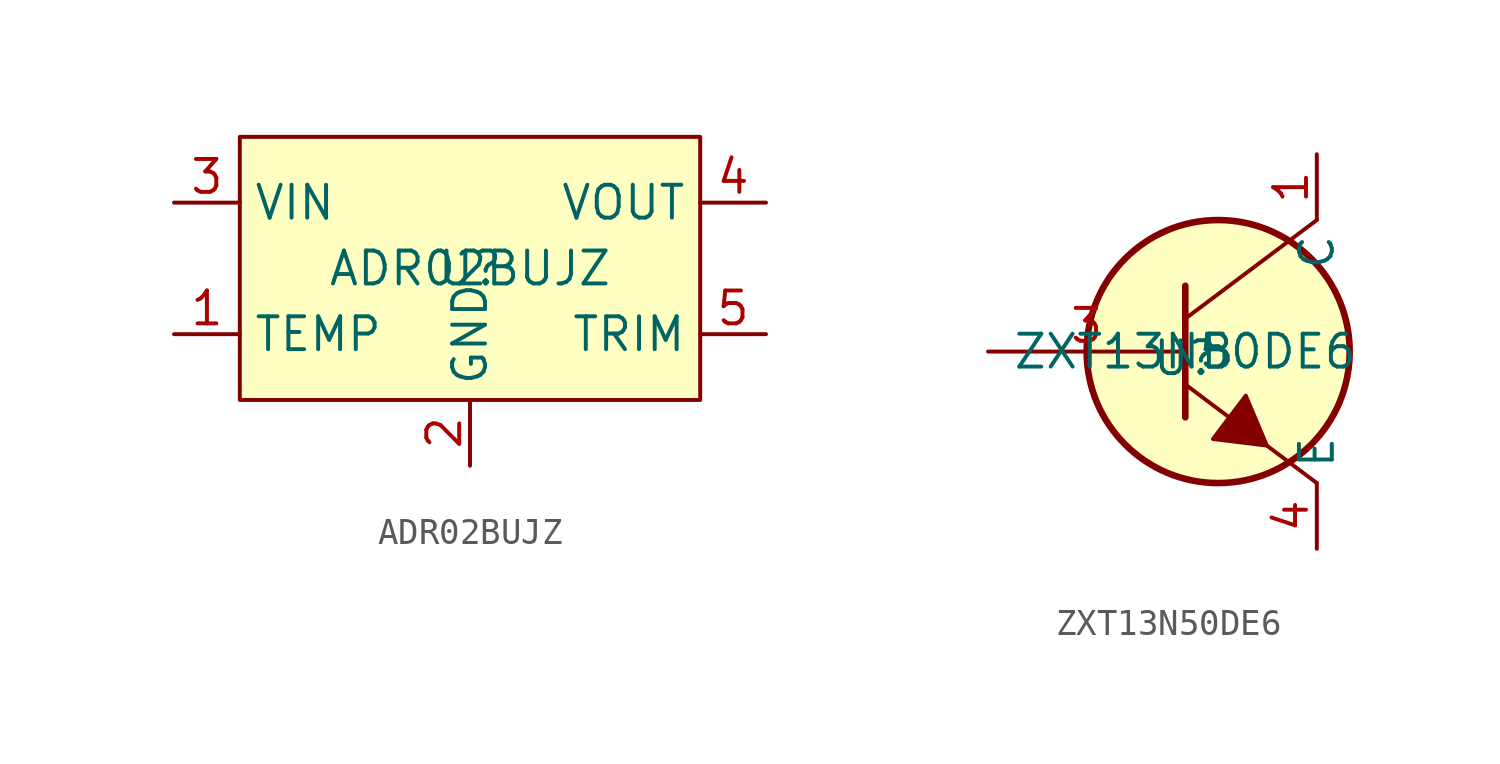
<source format=kicad_sym>
(kicad_symbol_lib
  (version 20241209)
  (generator "kicad_symbol_editor")
  (generator_version "9.0")
  (symbol "ADR02BUJZ"
    (property "Reference" "U"
      (at 0 0 0)
      (effects (font (size 1.27 1.27))))
    (property "Value" "ADR02BUJZ"
      (at 0 0 0)
      (effects (font (size 1.27 1.27))))
    (symbol "ADR02BUJZ_0_0"
      (pin unspecified line (at -11.43 2.54 0) (length 2.54) (name "VIN" (effects (font (size 1.27 1.27)))) (number "3" (effects (font (size 1.27 1.27)))))
      (pin unspecified line (at -11.43 -2.54 0) (length 2.54) (name "TEMP" (effects (font (size 1.27 1.27)))) (number "1" (effects (font (size 1.27 1.27)))))
      (pin unspecified line (at 0 -7.62 90) (length 2.54) (name "GND" (effects (font (size 1.27 1.27)))) (number "2" (effects (font (size 1.27 1.27)))))
      (pin unspecified line (at 11.43 2.54 180) (length 2.54) (name "VOUT" (effects (font (size 1.27 1.27)))) (number "4" (effects (font (size 1.27 1.27)))))
      (pin unspecified line (at 11.43 -2.54 180) (length 2.54) (name "TRIM" (effects (font (size 1.27 1.27)))) (number "5" (effects (font (size 1.27 1.27))))))
    (symbol "ADR02BUJZ_1_1"
      (rectangle (start -8.89 5.08) (end 8.89 -5.08) (stroke (width 0) (type solid)) (fill (type background)))))
  (symbol "ZXT13N50DE6"
    (property "Reference" "U"
      (at 0 -0.254 0)
      (effects (font (size 1.27 1.27))))
    (property "Value" "ZXT13N50DE6"
      (at 0 0 0)
      (effects (font (size 1.27 1.27))))
    (symbol "ZXT13N50DE6_0_0"
      (pin unspecified line (at 5.08 7.62 270) (length 2.54) (name "C" (effects (font (size 1.27 1.27)))) (number "1" (effects (font (size 1.27 1.27)))))
      (pin unspecified line (at 5.08 7.62 270) (length 2.54) (hide yes) (name "C" (effects (font (size 1.27 1.27)))) (number "2" (effects (font (size 1.27 1.27)))))
      (pin unspecified line (at 5.08 7.62 270) (length 2.54) (hide yes) (name "C" (effects (font (size 1.27 1.27)))) (number "5" (effects (font (size 1.27 1.27)))))
      (pin unspecified line (at 5.08 7.62 270) (length 2.54) (hide yes) (name "C" (effects (font (size 1.27 1.27)))) (number "6" (effects (font (size 1.27 1.27)))))
      (pin unspecified line (at 5.08 -7.62 90) (length 2.54) (name "E" (effects (font (size 1.27 1.27)))) (number "4" (effects (font (size 1.27 1.27))))))
    (symbol "ZXT13N50DE6_1_0"
      (pin unspecified line (at -7.62 0 0) (length 7.62) (name "B" (effects (font (size 1.27 1.27)))) (number "3" (effects (font (size 1.27 1.27))))))
    (symbol "ZXT13N50DE6_1_1"
      (polyline (pts (xy 0 2.54) (xy 0 -2.54)) (stroke (width 0.254) (type default)) (fill (type none)))
      (circle (center 1.27 0) (radius 5.08) (stroke (width 0.254) (type default)) (fill (type background)))
      (polyline (pts (xy 2.337 -1.702) (xy 3.15 -3.632) (xy 1.067 -3.378) (xy 2.337 -1.702)) (stroke (width 0) (type default)) (fill (type outline)))
      (polyline (pts (xy 5.08 5.08) (xy 0 1.27)) (stroke (width 0) (type default)) (fill (type none)))
      (polyline (pts (xy 5.08 -5.08) (xy 0 -1.27)) (stroke (width 0) (type default)) (fill (type none))))))
</source>
